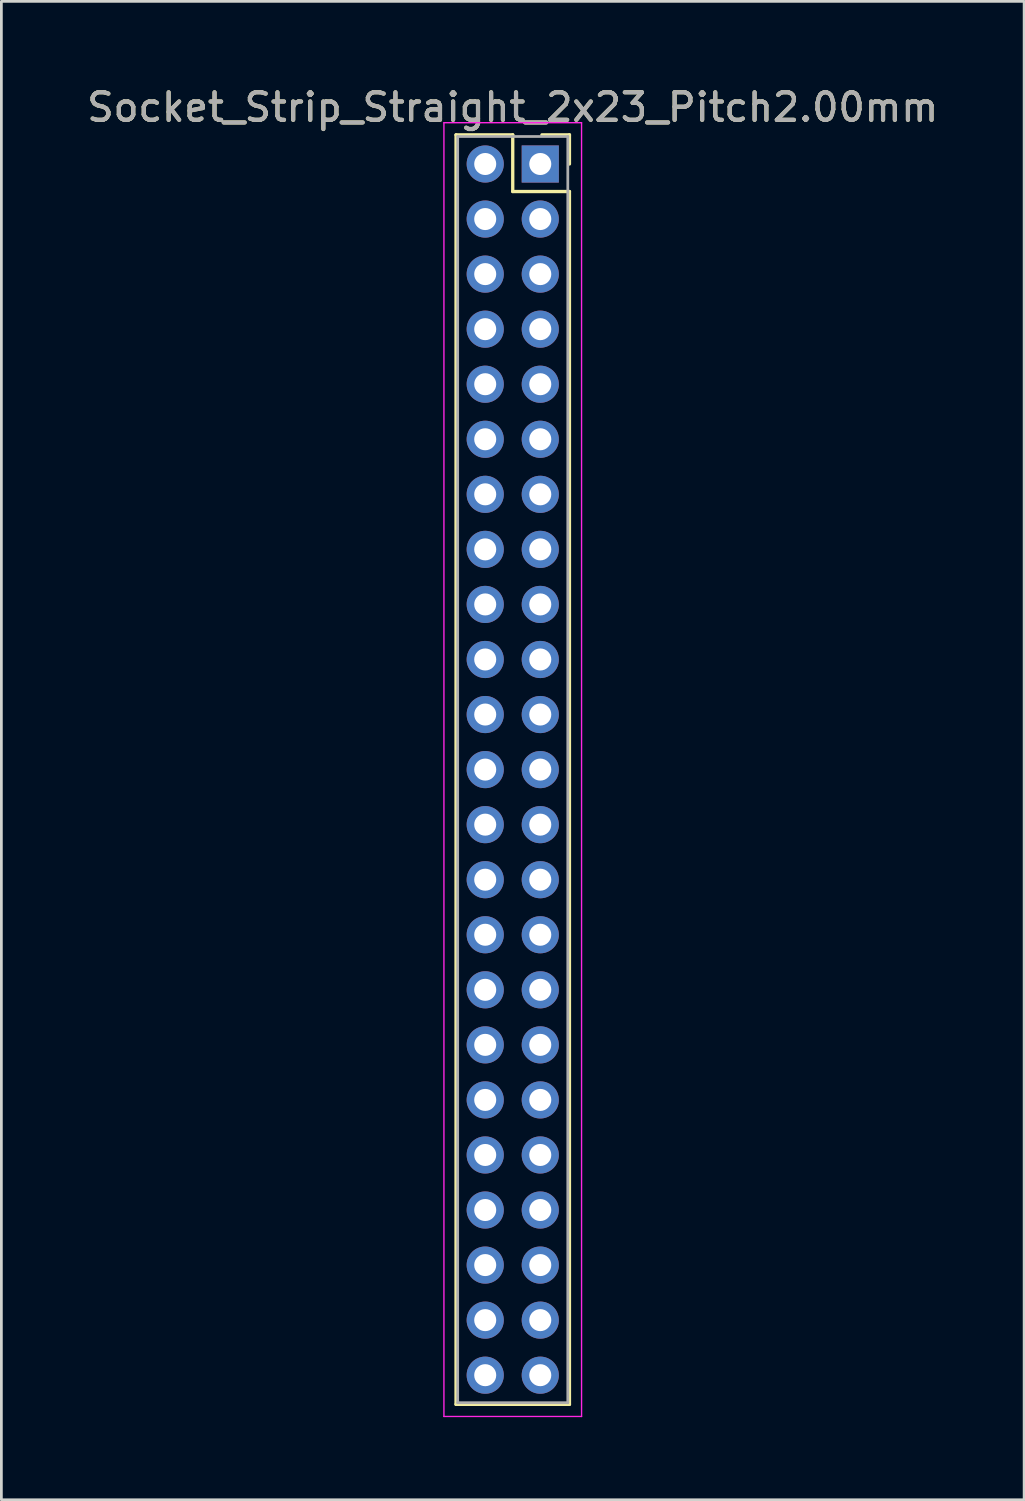
<source format=kicad_pcb>
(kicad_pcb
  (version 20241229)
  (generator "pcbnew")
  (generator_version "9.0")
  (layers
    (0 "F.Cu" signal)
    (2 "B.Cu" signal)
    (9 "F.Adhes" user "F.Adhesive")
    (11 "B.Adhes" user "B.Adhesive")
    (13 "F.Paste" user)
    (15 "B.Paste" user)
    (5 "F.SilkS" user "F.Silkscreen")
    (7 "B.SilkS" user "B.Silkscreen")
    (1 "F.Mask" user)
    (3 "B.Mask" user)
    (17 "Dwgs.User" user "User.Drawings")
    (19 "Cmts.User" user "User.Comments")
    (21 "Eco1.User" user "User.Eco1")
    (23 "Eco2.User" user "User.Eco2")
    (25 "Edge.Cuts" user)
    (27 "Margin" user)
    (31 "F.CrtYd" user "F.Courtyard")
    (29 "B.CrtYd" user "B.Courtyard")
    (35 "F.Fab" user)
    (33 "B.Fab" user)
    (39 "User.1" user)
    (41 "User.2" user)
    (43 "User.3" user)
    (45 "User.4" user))
  (footprint "Socket_Strip_Straight_2x23_Pitch2.00mm"
    (layer "F.Cu")
    (at 16.577 2.908)
    (property "Reference" "Socket_Strip_Straight_2x23_Pitch2.00mm" (at -1 -2.06 0) (layer "F.SilkS") (effects (font (size 1 1) (thickness 0.15))))
    (attr through_hole)
    (fp_line (start -3.06 -1.06) (end -1 -1.06) (stroke (width 0.12) (type solid)) (layer "F.SilkS"))
    (fp_line (start -3.06 45.06) (end -3.06 -1.06) (stroke (width 0.12) (type solid)) (layer "F.SilkS"))
    (fp_line (start -1 -1.06) (end -1 1) (stroke (width 0.12) (type solid)) (layer "F.SilkS"))
    (fp_line (start -1 1) (end 1.06 1) (stroke (width 0.12) (type solid)) (layer "F.SilkS"))
    (fp_line (start 1.06 -1.06) (end 0.06 -1.06) (stroke (width 0.12) (type solid)) (layer "F.SilkS"))
    (fp_line (start 1.06 0) (end 1.06 -1.06) (stroke (width 0.12) (type solid)) (layer "F.SilkS"))
    (fp_line (start 1.06 1) (end 1.06 45.06) (stroke (width 0.12) (type solid)) (layer "F.SilkS"))
    (fp_line (start 1.06 45.06) (end -3.06 45.06) (stroke (width 0.12) (type solid)) (layer "F.SilkS"))
    (fp_line (start -3.5 -1.5) (end -3.5 45.5) (stroke (width 0.05) (type solid)) (layer "F.CrtYd"))
    (fp_line (start -3.5 45.5) (end 1.5 45.5) (stroke (width 0.05) (type solid)) (layer "F.CrtYd"))
    (fp_line (start 1.5 -1.5) (end -3.5 -1.5) (stroke (width 0.05) (type solid)) (layer "F.CrtYd"))
    (fp_line (start 1.5 45.5) (end 1.5 -1.5) (stroke (width 0.05) (type solid)) (layer "F.CrtYd"))
    (fp_line (start -3 -1) (end -3 45) (stroke (width 0.1) (type solid)) (layer "F.Fab"))
    (fp_line (start -3 45) (end 1 45) (stroke (width 0.1) (type solid)) (layer "F.Fab"))
    (fp_line (start 1 -1) (end -3 -1) (stroke (width 0.1) (type solid)) (layer "F.Fab"))
    (fp_line (start 1 45) (end 1 -1) (stroke (width 0.1) (type solid)) (layer "F.Fab"))
    (fp_text user "${REFERENCE}" (at -1 -2.06 0) (layer "F.Fab") (effects (font (size 1 1) (thickness 0.15))))
    (pad "1" thru_hole rect (at 0 0) (size 1.35 1.35) (drill 0.8) (layers "*.Cu" "*.Mask"))
    (pad "2" thru_hole oval (at -2 0) (size 1.35 1.35) (drill 0.8) (layers "*.Cu" "*.Mask"))
    (pad "3" thru_hole oval (at 0 2) (size 1.35 1.35) (drill 0.8) (layers "*.Cu" "*.Mask"))
    (pad "4" thru_hole oval (at -2 2) (size 1.35 1.35) (drill 0.8) (layers "*.Cu" "*.Mask"))
    (pad "5" thru_hole oval (at 0 4) (size 1.35 1.35) (drill 0.8) (layers "*.Cu" "*.Mask"))
    (pad "6" thru_hole oval (at -2 4) (size 1.35 1.35) (drill 0.8) (layers "*.Cu" "*.Mask"))
    (pad "7" thru_hole oval (at 0 6) (size 1.35 1.35) (drill 0.8) (layers "*.Cu" "*.Mask"))
    (pad "8" thru_hole oval (at -2 6) (size 1.35 1.35) (drill 0.8) (layers "*.Cu" "*.Mask"))
    (pad "9" thru_hole oval (at 0 8) (size 1.35 1.35) (drill 0.8) (layers "*.Cu" "*.Mask"))
    (pad "10" thru_hole oval (at -2 8) (size 1.35 1.35) (drill 0.8) (layers "*.Cu" "*.Mask"))
    (pad "11" thru_hole oval (at 0 10) (size 1.35 1.35) (drill 0.8) (layers "*.Cu" "*.Mask"))
    (pad "12" thru_hole oval (at -2 10) (size 1.35 1.35) (drill 0.8) (layers "*.Cu" "*.Mask"))
    (pad "13" thru_hole oval (at 0 12) (size 1.35 1.35) (drill 0.8) (layers "*.Cu" "*.Mask"))
    (pad "14" thru_hole oval (at -2 12) (size 1.35 1.35) (drill 0.8) (layers "*.Cu" "*.Mask"))
    (pad "15" thru_hole oval (at 0 14) (size 1.35 1.35) (drill 0.8) (layers "*.Cu" "*.Mask"))
    (pad "16" thru_hole oval (at -2 14) (size 1.35 1.35) (drill 0.8) (layers "*.Cu" "*.Mask"))
    (pad "17" thru_hole oval (at 0 16) (size 1.35 1.35) (drill 0.8) (layers "*.Cu" "*.Mask"))
    (pad "18" thru_hole oval (at -2 16) (size 1.35 1.35) (drill 0.8) (layers "*.Cu" "*.Mask"))
    (pad "19" thru_hole oval (at 0 18) (size 1.35 1.35) (drill 0.8) (layers "*.Cu" "*.Mask"))
    (pad "20" thru_hole oval (at -2 18) (size 1.35 1.35) (drill 0.8) (layers "*.Cu" "*.Mask"))
    (pad "21" thru_hole oval (at 0 20) (size 1.35 1.35) (drill 0.8) (layers "*.Cu" "*.Mask"))
    (pad "22" thru_hole oval (at -2 20) (size 1.35 1.35) (drill 0.8) (layers "*.Cu" "*.Mask"))
    (pad "23" thru_hole oval (at 0 22) (size 1.35 1.35) (drill 0.8) (layers "*.Cu" "*.Mask"))
    (pad "24" thru_hole oval (at -2 22) (size 1.35 1.35) (drill 0.8) (layers "*.Cu" "*.Mask"))
    (pad "25" thru_hole oval (at 0 24) (size 1.35 1.35) (drill 0.8) (layers "*.Cu" "*.Mask"))
    (pad "26" thru_hole oval (at -2 24) (size 1.35 1.35) (drill 0.8) (layers "*.Cu" "*.Mask"))
    (pad "27" thru_hole oval (at 0 26) (size 1.35 1.35) (drill 0.8) (layers "*.Cu" "*.Mask"))
    (pad "28" thru_hole oval (at -2 26) (size 1.35 1.35) (drill 0.8) (layers "*.Cu" "*.Mask"))
    (pad "29" thru_hole oval (at 0 28) (size 1.35 1.35) (drill 0.8) (layers "*.Cu" "*.Mask"))
    (pad "30" thru_hole oval (at -2 28) (size 1.35 1.35) (drill 0.8) (layers "*.Cu" "*.Mask"))
    (pad "31" thru_hole oval (at 0 30) (size 1.35 1.35) (drill 0.8) (layers "*.Cu" "*.Mask"))
    (pad "32" thru_hole oval (at -2 30) (size 1.35 1.35) (drill 0.8) (layers "*.Cu" "*.Mask"))
    (pad "33" thru_hole oval (at 0 32) (size 1.35 1.35) (drill 0.8) (layers "*.Cu" "*.Mask"))
    (pad "34" thru_hole oval (at -2 32) (size 1.35 1.35) (drill 0.8) (layers "*.Cu" "*.Mask"))
    (pad "35" thru_hole oval (at 0 34) (size 1.35 1.35) (drill 0.8) (layers "*.Cu" "*.Mask"))
    (pad "36" thru_hole oval (at -2 34) (size 1.35 1.35) (drill 0.8) (layers "*.Cu" "*.Mask"))
    (pad "37" thru_hole oval (at 0 36) (size 1.35 1.35) (drill 0.8) (layers "*.Cu" "*.Mask"))
    (pad "38" thru_hole oval (at -2 36) (size 1.35 1.35) (drill 0.8) (layers "*.Cu" "*.Mask"))
    (pad "39" thru_hole oval (at 0 38) (size 1.35 1.35) (drill 0.8) (layers "*.Cu" "*.Mask"))
    (pad "40" thru_hole oval (at -2 38) (size 1.35 1.35) (drill 0.8) (layers "*.Cu" "*.Mask"))
    (pad "41" thru_hole oval (at 0 40) (size 1.35 1.35) (drill 0.8) (layers "*.Cu" "*.Mask"))
    (pad "42" thru_hole oval (at -2 40) (size 1.35 1.35) (drill 0.8) (layers "*.Cu" "*.Mask"))
    (pad "43" thru_hole oval (at 0 42) (size 1.35 1.35) (drill 0.8) (layers "*.Cu" "*.Mask"))
    (pad "44" thru_hole oval (at -2 42) (size 1.35 1.35) (drill 0.8) (layers "*.Cu" "*.Mask"))
    (pad "45" thru_hole oval (at 0 44) (size 1.35 1.35) (drill 0.8) (layers "*.Cu" "*.Mask"))
    (pad "46" thru_hole oval (at -2 44) (size 1.35 1.35) (drill 0.8) (layers "*.Cu" "*.Mask")))
  (gr_rect
    (start -3 -3)
    (end 34.155 51.433)
    (stroke (width 0.1) (type default))
    (fill no)
    (layer "Edge.Cuts")))
</source>
